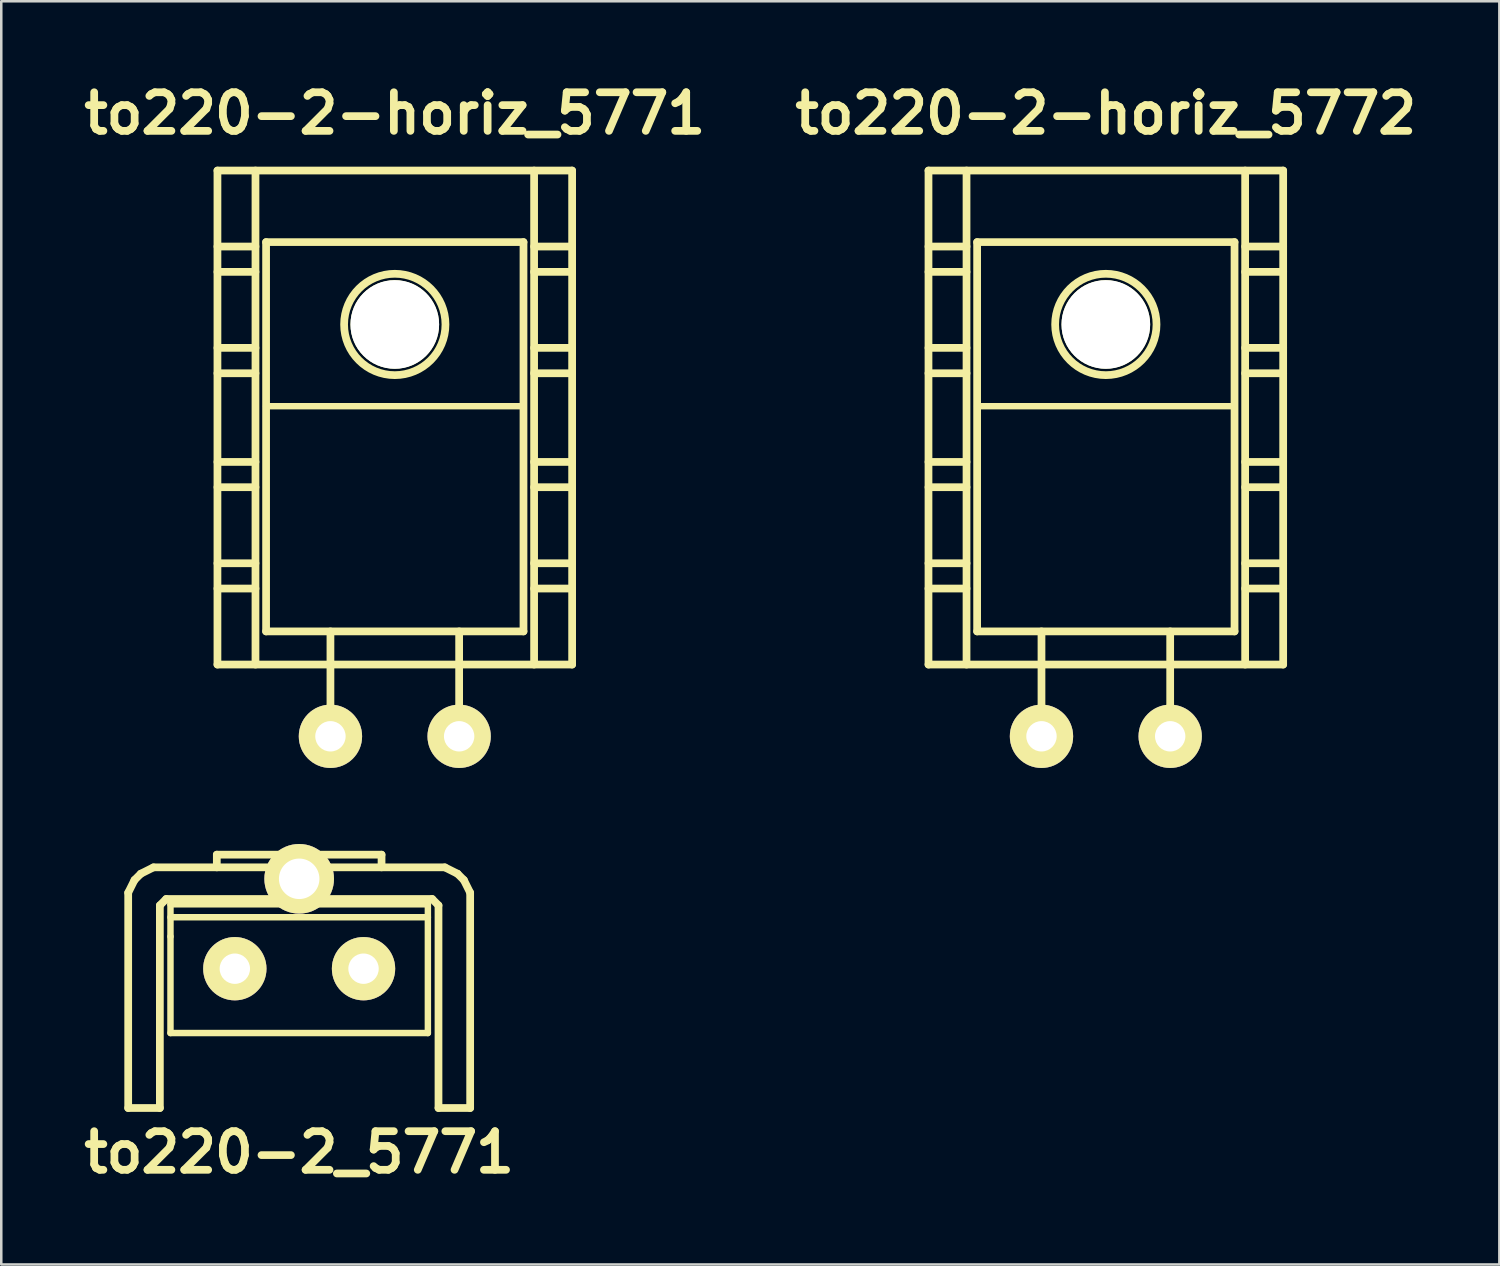
<source format=kicad_pcb>
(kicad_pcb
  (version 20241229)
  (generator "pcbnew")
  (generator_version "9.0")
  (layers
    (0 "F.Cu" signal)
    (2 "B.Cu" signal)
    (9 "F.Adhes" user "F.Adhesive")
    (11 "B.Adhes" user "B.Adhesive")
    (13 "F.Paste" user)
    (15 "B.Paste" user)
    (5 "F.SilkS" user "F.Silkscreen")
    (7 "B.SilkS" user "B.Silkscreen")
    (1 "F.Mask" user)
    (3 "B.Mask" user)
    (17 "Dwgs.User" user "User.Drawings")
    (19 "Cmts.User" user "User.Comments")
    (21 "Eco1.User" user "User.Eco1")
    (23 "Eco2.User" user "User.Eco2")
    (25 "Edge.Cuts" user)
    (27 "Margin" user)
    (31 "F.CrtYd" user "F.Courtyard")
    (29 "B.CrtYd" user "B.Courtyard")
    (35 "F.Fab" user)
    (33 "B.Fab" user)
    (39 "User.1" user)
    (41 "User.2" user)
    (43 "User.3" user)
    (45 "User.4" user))
  (footprint "to220-2_5771"
    (layer "F.Cu")
    (at 8.759 35.186)
    (property "Reference" "to220-2_5771" (at 0 7.249 0) (layer "F.SilkS") (effects (font (size 1.524 1.524) (thickness 0.305))))
    (attr through_hole)
    (fp_line (start -6.749 -3) (end -6.749 5.499) (stroke (width 0.305) (type solid)) (layer "F.SilkS"))
    (fp_line (start -6.749 -3) (end -6.5 -3.5) (stroke (width 0.305) (type solid)) (layer "F.SilkS"))
    (fp_line (start -6.5 -3.5) (end -6.251 -3.749) (stroke (width 0.305) (type solid)) (layer "F.SilkS"))
    (fp_line (start -6.251 -3.749) (end -5.751 -4) (stroke (width 0.305) (type solid)) (layer "F.SilkS"))
    (fp_line (start -5.499 -2.499) (end -5.25 -2.751) (stroke (width 0.305) (type solid)) (layer "F.SilkS"))
    (fp_line (start -5.499 5.499) (end -6.749 5.499) (stroke (width 0.305) (type solid)) (layer "F.SilkS"))
    (fp_line (start -5.499 5.499) (end -5.499 -2.499) (stroke (width 0.305) (type solid)) (layer "F.SilkS"))
    (fp_line (start -5.25 -2.751) (end 5.25 -2.751) (stroke (width 0.305) (type solid)) (layer "F.SilkS"))
    (fp_line (start -5.08 -2.54) (end -5.08 -1.27) (stroke (width 0.254) (type solid)) (layer "F.SilkS"))
    (fp_line (start -5.08 -2.032) (end 5.08 -2.032) (stroke (width 0.254) (type solid)) (layer "F.SilkS"))
    (fp_line (start -5.08 -1.27) (end -5.08 2.54) (stroke (width 0.254) (type solid)) (layer "F.SilkS"))
    (fp_line (start -5.08 2.54) (end 5.08 2.54) (stroke (width 0.254) (type solid)) (layer "F.SilkS"))
    (fp_line (start -3.251 -4.501) (end 3.251 -4.501) (stroke (width 0.305) (type solid)) (layer "F.SilkS"))
    (fp_line (start -3.251 -4) (end -3.251 -4.501) (stroke (width 0.305) (type solid)) (layer "F.SilkS"))
    (fp_line (start 3.251 -4.501) (end 3.251 -4) (stroke (width 0.305) (type solid)) (layer "F.SilkS"))
    (fp_line (start 5.08 -2.54) (end -5.08 -2.54) (stroke (width 0.254) (type solid)) (layer "F.SilkS"))
    (fp_line (start 5.08 2.54) (end 5.08 -2.54) (stroke (width 0.254) (type solid)) (layer "F.SilkS"))
    (fp_line (start 5.25 -2.751) (end 5.499 -2.499) (stroke (width 0.305) (type solid)) (layer "F.SilkS"))
    (fp_line (start 5.499 5.499) (end 5.499 -2.499) (stroke (width 0.305) (type solid)) (layer "F.SilkS"))
    (fp_line (start 5.751 -4) (end -5.751 -4) (stroke (width 0.305) (type solid)) (layer "F.SilkS"))
    (fp_line (start 5.751 -4) (end 6.251 -3.749) (stroke (width 0.305) (type solid)) (layer "F.SilkS"))
    (fp_line (start 6.251 -3.749) (end 6.5 -3.5) (stroke (width 0.305) (type solid)) (layer "F.SilkS"))
    (fp_line (start 6.5 -3.5) (end 6.749 -3) (stroke (width 0.305) (type solid)) (layer "F.SilkS"))
    (fp_line (start 6.749 -3) (end 6.749 5.499) (stroke (width 0.305) (type solid)) (layer "F.SilkS"))
    (fp_line (start 6.749 5.499) (end 5.499 5.499) (stroke (width 0.305) (type solid)) (layer "F.SilkS"))
    (pad "" thru_hole circle (at 0 -3.548) (size 2.748 2.748) (drill 1.598) (layers "*.Cu" "*.Mask" "F.SilkS"))
    (pad "1" thru_hole circle (at 2.54 0) (size 2.499 2.499) (drill 1.199) (layers "*.Cu" "*.Mask" "F.SilkS"))
    (pad "2" thru_hole circle (at -2.54 0) (size 2.499 2.499) (drill 1.199) (layers "*.Cu" "*.Mask" "F.SilkS")))
  (footprint "to220-2-horiz_5771"
    (layer "F.Cu")
    (at 12.533 17.682)
    (property "Reference" "to220-2-horiz_5771" (at 0 -16.256 0) (layer "F.SilkS") (effects (font (size 1.524 1.524) (thickness 0.305))))
    (attr through_hole)
    (fp_line (start -7 -14) (end -7 5.499) (stroke (width 0.305) (type solid)) (layer "F.SilkS"))
    (fp_line (start -7 -11.001) (end -5.499 -11.001) (stroke (width 0.305) (type solid)) (layer "F.SilkS"))
    (fp_line (start -7 -10) (end -5.499 -10) (stroke (width 0.305) (type solid)) (layer "F.SilkS"))
    (fp_line (start -7 -7) (end -5.499 -7) (stroke (width 0.305) (type solid)) (layer "F.SilkS"))
    (fp_line (start -7 -5.999) (end -5.499 -5.999) (stroke (width 0.305) (type solid)) (layer "F.SilkS"))
    (fp_line (start -7 -2.499) (end -5.499 -2.499) (stroke (width 0.305) (type solid)) (layer "F.SilkS"))
    (fp_line (start -7 -1.501) (end -5.499 -1.501) (stroke (width 0.305) (type solid)) (layer "F.SilkS"))
    (fp_line (start -7 1.501) (end -5.499 1.501) (stroke (width 0.305) (type solid)) (layer "F.SilkS"))
    (fp_line (start -7 2.499) (end -5.499 2.499) (stroke (width 0.305) (type solid)) (layer "F.SilkS"))
    (fp_line (start -7 5.499) (end 7 5.499) (stroke (width 0.305) (type solid)) (layer "F.SilkS"))
    (fp_line (start -5.499 5.499) (end -5.499 -14) (stroke (width 0.305) (type solid)) (layer "F.SilkS"))
    (fp_line (start -5.08 -11.176) (end -5.08 4.191) (stroke (width 0.305) (type solid)) (layer "F.SilkS"))
    (fp_line (start -5.08 4.191) (end 5.08 4.191) (stroke (width 0.305) (type solid)) (layer "F.SilkS"))
    (fp_line (start -2.54 8.382) (end -2.54 4.191) (stroke (width 0.305) (type solid)) (layer "F.SilkS"))
    (fp_line (start 2.54 8.382) (end 2.54 4.191) (stroke (width 0.305) (type solid)) (layer "F.SilkS"))
    (fp_line (start 5.08 -11.176) (end -5.08 -11.176) (stroke (width 0.305) (type solid)) (layer "F.SilkS"))
    (fp_line (start 5.08 -4.699) (end -5.08 -4.699) (stroke (width 0.254) (type solid)) (layer "F.SilkS"))
    (fp_line (start 5.08 4.191) (end 5.08 -11.176) (stroke (width 0.305) (type solid)) (layer "F.SilkS"))
    (fp_line (start 5.499 -14) (end 5.499 5.499) (stroke (width 0.305) (type solid)) (layer "F.SilkS"))
    (fp_line (start 5.499 -11.001) (end 7 -11.001) (stroke (width 0.305) (type solid)) (layer "F.SilkS"))
    (fp_line (start 5.499 -10) (end 7 -10) (stroke (width 0.305) (type solid)) (layer "F.SilkS"))
    (fp_line (start 5.499 -7) (end 7 -7) (stroke (width 0.305) (type solid)) (layer "F.SilkS"))
    (fp_line (start 5.499 -5.999) (end 7 -5.999) (stroke (width 0.305) (type solid)) (layer "F.SilkS"))
    (fp_line (start 5.499 -2.499) (end 7 -2.499) (stroke (width 0.305) (type solid)) (layer "F.SilkS"))
    (fp_line (start 5.499 -1.501) (end 7 -1.501) (stroke (width 0.305) (type solid)) (layer "F.SilkS"))
    (fp_line (start 5.499 1.501) (end 7 1.501) (stroke (width 0.305) (type solid)) (layer "F.SilkS"))
    (fp_line (start 5.499 2.499) (end 7 2.499) (stroke (width 0.305) (type solid)) (layer "F.SilkS"))
    (fp_line (start 7 -14) (end -7 -14) (stroke (width 0.305) (type solid)) (layer "F.SilkS"))
    (fp_line (start 7 5.499) (end 7 -14) (stroke (width 0.305) (type solid)) (layer "F.SilkS"))
    (fp_circle (center 0 -7.925) (end -1.999 -8.001) (stroke (width 0.305) (type solid)) (fill no) (layer "F.SilkS"))
    (pad "" np_thru_hole circle (at 0 -7.925) (size 3.498 3.498) (drill 3.498) (layers "*.Cu" "*.Mask" "F.SilkS"))
    (pad "1" thru_hole circle (at 2.54 8.331) (size 2.499 2.499) (drill 1.199) (layers "*.Cu" "*.Mask" "F.SilkS"))
    (pad "2" thru_hole circle (at -2.54 8.331) (size 2.499 2.499) (drill 1.199) (layers "*.Cu" "*.Mask" "F.SilkS")))
  (footprint "to220-2-horiz_5772"
    (layer "F.Cu")
    (at 40.599 17.682)
    (property "Reference" "to220-2-horiz_5772" (at 0 -16.256 0) (layer "F.SilkS") (effects (font (size 1.524 1.524) (thickness 0.305))))
    (attr through_hole)
    (fp_line (start -7 -14) (end -7 5.499) (stroke (width 0.305) (type solid)) (layer "F.SilkS"))
    (fp_line (start -7 -11.001) (end -5.499 -11.001) (stroke (width 0.305) (type solid)) (layer "F.SilkS"))
    (fp_line (start -7 -10) (end -5.499 -10) (stroke (width 0.305) (type solid)) (layer "F.SilkS"))
    (fp_line (start -7 -7) (end -5.499 -7) (stroke (width 0.305) (type solid)) (layer "F.SilkS"))
    (fp_line (start -7 -5.999) (end -5.499 -5.999) (stroke (width 0.305) (type solid)) (layer "F.SilkS"))
    (fp_line (start -7 -2.499) (end -5.499 -2.499) (stroke (width 0.305) (type solid)) (layer "F.SilkS"))
    (fp_line (start -7 -1.501) (end -5.499 -1.501) (stroke (width 0.305) (type solid)) (layer "F.SilkS"))
    (fp_line (start -7 1.501) (end -5.499 1.501) (stroke (width 0.305) (type solid)) (layer "F.SilkS"))
    (fp_line (start -7 2.499) (end -5.499 2.499) (stroke (width 0.305) (type solid)) (layer "F.SilkS"))
    (fp_line (start -7 5.499) (end 7 5.499) (stroke (width 0.305) (type solid)) (layer "F.SilkS"))
    (fp_line (start -5.499 5.499) (end -5.499 -14) (stroke (width 0.305) (type solid)) (layer "F.SilkS"))
    (fp_line (start -5.08 -11.176) (end -5.08 4.191) (stroke (width 0.305) (type solid)) (layer "F.SilkS"))
    (fp_line (start -5.08 4.191) (end 5.08 4.191) (stroke (width 0.305) (type solid)) (layer "F.SilkS"))
    (fp_line (start -2.54 8.382) (end -2.54 4.191) (stroke (width 0.305) (type solid)) (layer "F.SilkS"))
    (fp_line (start 2.54 8.382) (end 2.54 4.191) (stroke (width 0.305) (type solid)) (layer "F.SilkS"))
    (fp_line (start 5.08 -11.176) (end -5.08 -11.176) (stroke (width 0.305) (type solid)) (layer "F.SilkS"))
    (fp_line (start 5.08 -4.699) (end -5.08 -4.699) (stroke (width 0.254) (type solid)) (layer "F.SilkS"))
    (fp_line (start 5.08 4.191) (end 5.08 -11.176) (stroke (width 0.305) (type solid)) (layer "F.SilkS"))
    (fp_line (start 5.499 -14) (end 5.499 5.499) (stroke (width 0.305) (type solid)) (layer "F.SilkS"))
    (fp_line (start 5.499 -11.001) (end 7 -11.001) (stroke (width 0.305) (type solid)) (layer "F.SilkS"))
    (fp_line (start 5.499 -10) (end 7 -10) (stroke (width 0.305) (type solid)) (layer "F.SilkS"))
    (fp_line (start 5.499 -7) (end 7 -7) (stroke (width 0.305) (type solid)) (layer "F.SilkS"))
    (fp_line (start 5.499 -5.999) (end 7 -5.999) (stroke (width 0.305) (type solid)) (layer "F.SilkS"))
    (fp_line (start 5.499 -2.499) (end 7 -2.499) (stroke (width 0.305) (type solid)) (layer "F.SilkS"))
    (fp_line (start 5.499 -1.501) (end 7 -1.501) (stroke (width 0.305) (type solid)) (layer "F.SilkS"))
    (fp_line (start 5.499 1.501) (end 7 1.501) (stroke (width 0.305) (type solid)) (layer "F.SilkS"))
    (fp_line (start 5.499 2.499) (end 7 2.499) (stroke (width 0.305) (type solid)) (layer "F.SilkS"))
    (fp_line (start 7 -14) (end -7 -14) (stroke (width 0.305) (type solid)) (layer "F.SilkS"))
    (fp_line (start 7 5.499) (end 7 -14) (stroke (width 0.305) (type solid)) (layer "F.SilkS"))
    (fp_circle (center 0 -7.925) (end -1.999 -8.001) (stroke (width 0.305) (type solid)) (fill no) (layer "F.SilkS"))
    (pad "" np_thru_hole circle (at 0 -7.925) (size 3.498 3.498) (drill 3.498) (layers "*.Cu" "*.Mask" "F.SilkS"))
    (pad "1" thru_hole circle (at 2.54 8.331) (size 2.499 2.499) (drill 1.199) (layers "*.Cu" "*.Mask" "F.SilkS"))
    (pad "2" thru_hole circle (at -2.54 8.331) (size 2.499 2.499) (drill 1.199) (layers "*.Cu" "*.Mask" "F.SilkS")))
  (gr_rect
    (start -3 -3)
    (end 56.132 46.861)
    (stroke (width 0.1) (type default))
    (fill no)
    (layer "Edge.Cuts")))
</source>
